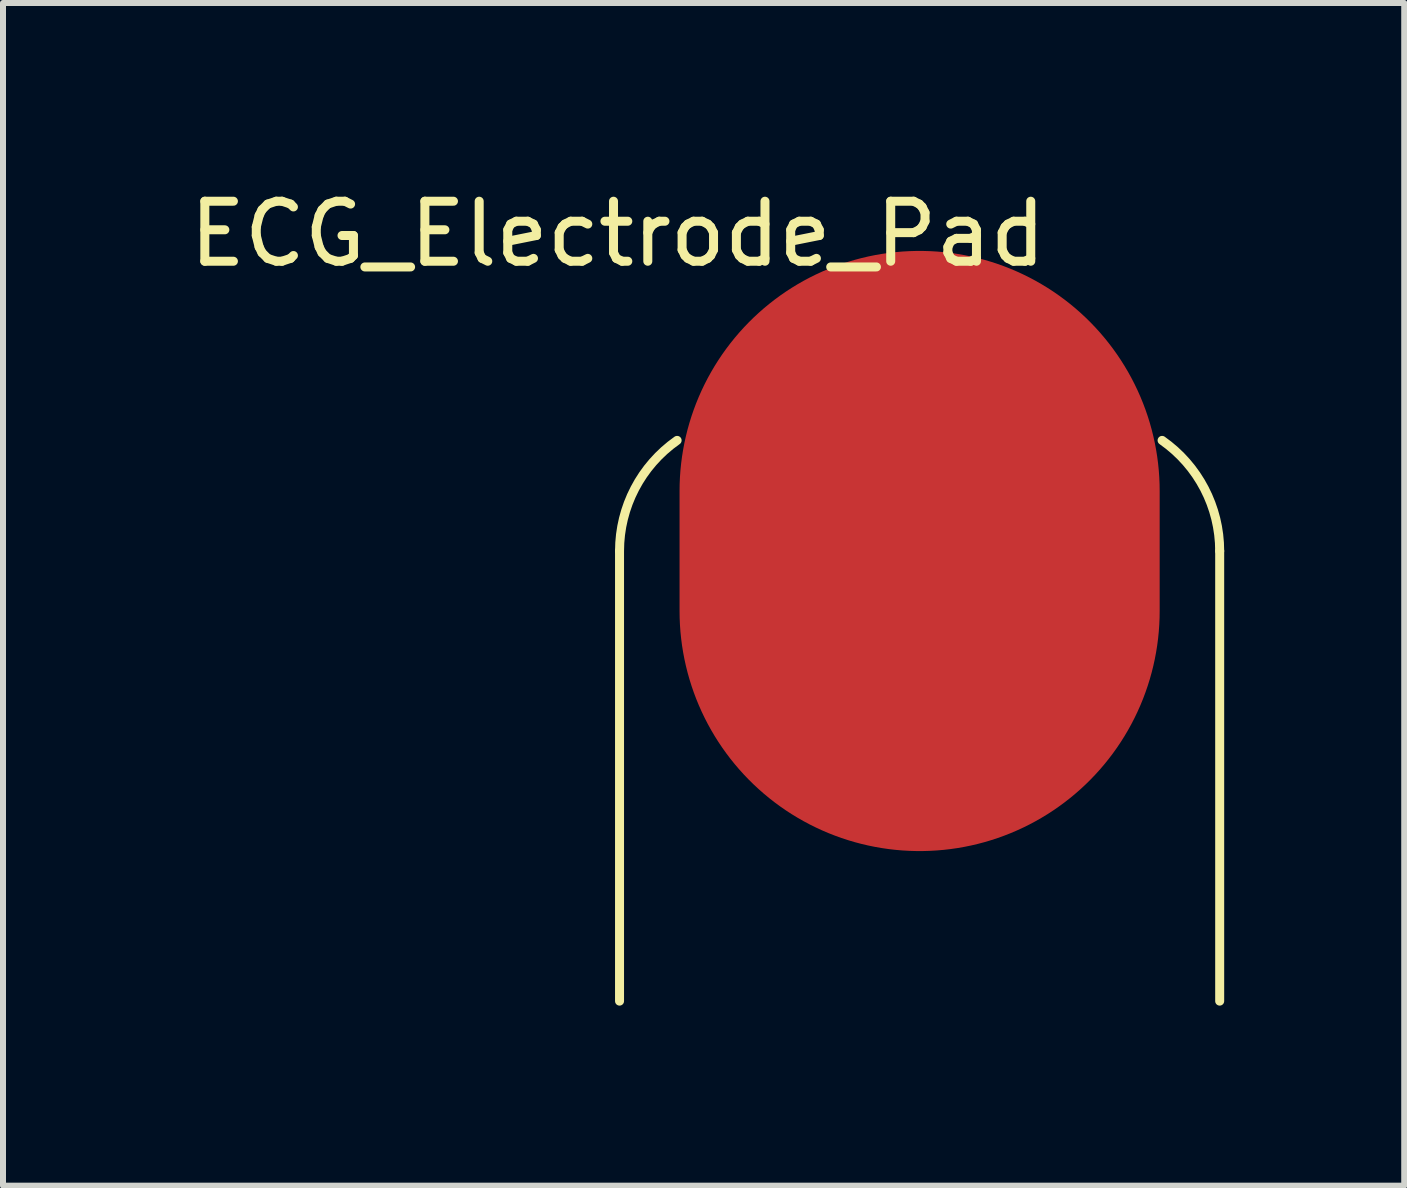
<source format=kicad_pcb>
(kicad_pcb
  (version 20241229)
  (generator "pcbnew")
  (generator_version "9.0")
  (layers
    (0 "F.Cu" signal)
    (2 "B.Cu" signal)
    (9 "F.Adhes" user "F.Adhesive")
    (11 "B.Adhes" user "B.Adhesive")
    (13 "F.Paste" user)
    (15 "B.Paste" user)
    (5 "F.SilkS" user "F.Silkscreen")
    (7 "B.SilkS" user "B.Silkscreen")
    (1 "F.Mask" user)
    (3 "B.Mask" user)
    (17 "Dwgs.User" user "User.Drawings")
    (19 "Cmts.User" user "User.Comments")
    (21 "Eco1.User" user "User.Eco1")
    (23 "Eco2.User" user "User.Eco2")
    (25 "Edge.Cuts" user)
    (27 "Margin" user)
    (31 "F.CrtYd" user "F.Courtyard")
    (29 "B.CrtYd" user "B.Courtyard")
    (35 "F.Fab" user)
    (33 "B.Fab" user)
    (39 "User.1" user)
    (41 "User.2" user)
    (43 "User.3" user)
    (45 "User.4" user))
  (footprint "ECG_Electrode_Pad"
    (layer "F.Cu")
    (at 12.273 6.131)
    (property "Reference" "ECG_Electrode_Pad" (at -5.029 -5.283 0) (layer "F.SilkS") (effects (font (size 1 1) (thickness 0.15))))
    (attr through_hole)
    (fp_line (start -5 0) (end -5 7.5) (stroke (width 0.15) (type solid)) (layer "F.SilkS"))
    (fp_line (start 5 0) (end 5 7.5) (stroke (width 0.15) (type solid)) (layer "F.SilkS"))
    (fp_arc (start -5 0) (mid -4.745774 -1.038934) (end -4.040547 -1.843092) (stroke (width 0.15) (type solid)) (layer "F.SilkS"))
    (fp_arc (start 4.040547 -1.843092) (mid 4.745774 -1.038934) (end 5 0) (stroke (width 0.15) (type solid)) (layer "F.SilkS"))
    (pad "1" smd oval (at 0 0) (size 8 10) (layers "F.Cu" "F.Mask")))
  (gr_rect
    (start -3 -3)
    (end 20.348 16.706)
    (stroke (width 0.1) (type default))
    (fill no)
    (layer "Edge.Cuts")))
</source>
